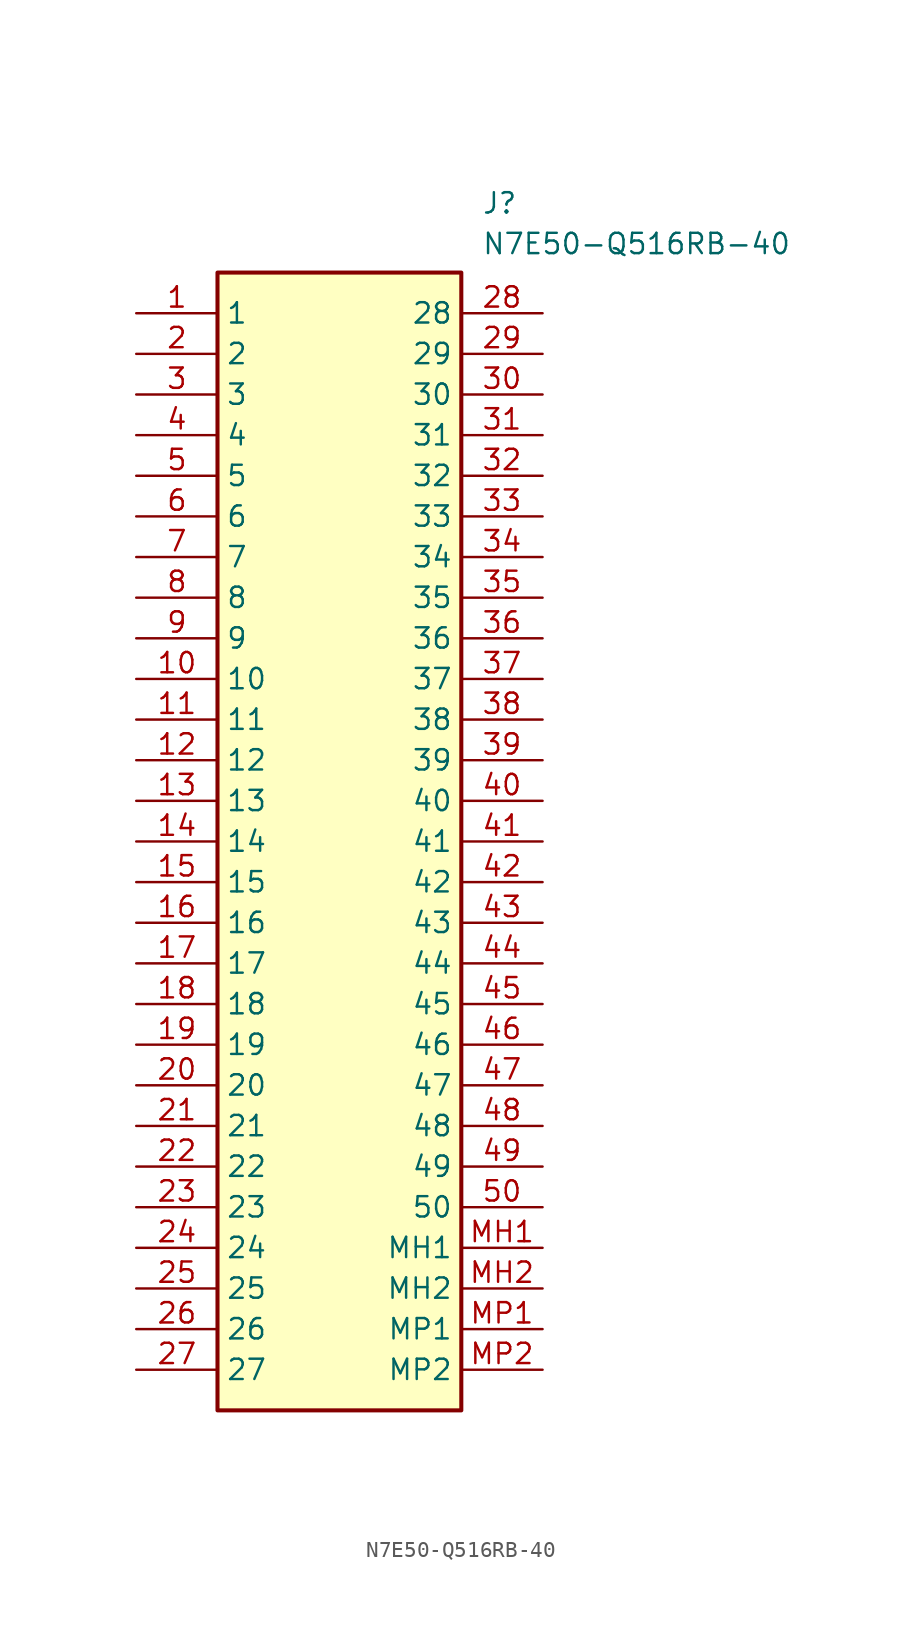
<source format=kicad_sym>
(kicad_symbol_lib
  (version 20211014)
  (generator SamacSys_ECAD_Model)
  (symbol "N7E50-Q516RB-40"
    (property "Reference" "J"
      (at 21.59 7.62 0)
      (effects (font (size 1.27 1.27)) (justify left top)))
    (property "Value" "N7E50-Q516RB-40"
      (at 21.59 5.08 0)
      (effects (font (size 1.27 1.27)) (justify left top)))
    (rectangle
      (start 5.08 2.54)
      (end 20.32 -68.58)
      (stroke (width 0.254) (type default))
      (fill (type background)))
    (pin passive line
      (at 0 0 0)
      (length 5.08)
      (name "1" (effects (font (size 1.27 1.27))))
      (number "1" (effects (font (size 1.27 1.27)))))
    (pin passive line
      (at 0 -2.54 0)
      (length 5.08)
      (name "2" (effects (font (size 1.27 1.27))))
      (number "2" (effects (font (size 1.27 1.27)))))
    (pin passive line
      (at 0 -5.08 0)
      (length 5.08)
      (name "3" (effects (font (size 1.27 1.27))))
      (number "3" (effects (font (size 1.27 1.27)))))
    (pin passive line
      (at 0 -7.62 0)
      (length 5.08)
      (name "4" (effects (font (size 1.27 1.27))))
      (number "4" (effects (font (size 1.27 1.27)))))
    (pin passive line
      (at 0 -10.16 0)
      (length 5.08)
      (name "5" (effects (font (size 1.27 1.27))))
      (number "5" (effects (font (size 1.27 1.27)))))
    (pin passive line
      (at 0 -12.7 0)
      (length 5.08)
      (name "6" (effects (font (size 1.27 1.27))))
      (number "6" (effects (font (size 1.27 1.27)))))
    (pin passive line
      (at 0 -15.24 0)
      (length 5.08)
      (name "7" (effects (font (size 1.27 1.27))))
      (number "7" (effects (font (size 1.27 1.27)))))
    (pin passive line
      (at 0 -17.78 0)
      (length 5.08)
      (name "8" (effects (font (size 1.27 1.27))))
      (number "8" (effects (font (size 1.27 1.27)))))
    (pin passive line
      (at 0 -20.32 0)
      (length 5.08)
      (name "9" (effects (font (size 1.27 1.27))))
      (number "9" (effects (font (size 1.27 1.27)))))
    (pin passive line
      (at 0 -22.86 0)
      (length 5.08)
      (name "10" (effects (font (size 1.27 1.27))))
      (number "10" (effects (font (size 1.27 1.27)))))
    (pin passive line
      (at 0 -25.4 0)
      (length 5.08)
      (name "11" (effects (font (size 1.27 1.27))))
      (number "11" (effects (font (size 1.27 1.27)))))
    (pin passive line
      (at 0 -27.94 0)
      (length 5.08)
      (name "12" (effects (font (size 1.27 1.27))))
      (number "12" (effects (font (size 1.27 1.27)))))
    (pin passive line
      (at 0 -30.48 0)
      (length 5.08)
      (name "13" (effects (font (size 1.27 1.27))))
      (number "13" (effects (font (size 1.27 1.27)))))
    (pin passive line
      (at 0 -33.02 0)
      (length 5.08)
      (name "14" (effects (font (size 1.27 1.27))))
      (number "14" (effects (font (size 1.27 1.27)))))
    (pin passive line
      (at 0 -35.56 0)
      (length 5.08)
      (name "15" (effects (font (size 1.27 1.27))))
      (number "15" (effects (font (size 1.27 1.27)))))
    (pin passive line
      (at 0 -38.1 0)
      (length 5.08)
      (name "16" (effects (font (size 1.27 1.27))))
      (number "16" (effects (font (size 1.27 1.27)))))
    (pin passive line
      (at 0 -40.64 0)
      (length 5.08)
      (name "17" (effects (font (size 1.27 1.27))))
      (number "17" (effects (font (size 1.27 1.27)))))
    (pin passive line
      (at 0 -43.18 0)
      (length 5.08)
      (name "18" (effects (font (size 1.27 1.27))))
      (number "18" (effects (font (size 1.27 1.27)))))
    (pin passive line
      (at 0 -45.72 0)
      (length 5.08)
      (name "19" (effects (font (size 1.27 1.27))))
      (number "19" (effects (font (size 1.27 1.27)))))
    (pin passive line
      (at 0 -48.26 0)
      (length 5.08)
      (name "20" (effects (font (size 1.27 1.27))))
      (number "20" (effects (font (size 1.27 1.27)))))
    (pin passive line
      (at 0 -50.8 0)
      (length 5.08)
      (name "21" (effects (font (size 1.27 1.27))))
      (number "21" (effects (font (size 1.27 1.27)))))
    (pin passive line
      (at 0 -53.34 0)
      (length 5.08)
      (name "22" (effects (font (size 1.27 1.27))))
      (number "22" (effects (font (size 1.27 1.27)))))
    (pin passive line
      (at 0 -55.88 0)
      (length 5.08)
      (name "23" (effects (font (size 1.27 1.27))))
      (number "23" (effects (font (size 1.27 1.27)))))
    (pin passive line
      (at 0 -58.42 0)
      (length 5.08)
      (name "24" (effects (font (size 1.27 1.27))))
      (number "24" (effects (font (size 1.27 1.27)))))
    (pin passive line
      (at 0 -60.96 0)
      (length 5.08)
      (name "25" (effects (font (size 1.27 1.27))))
      (number "25" (effects (font (size 1.27 1.27)))))
    (pin passive line
      (at 0 -63.5 0)
      (length 5.08)
      (name "26" (effects (font (size 1.27 1.27))))
      (number "26" (effects (font (size 1.27 1.27)))))
    (pin passive line
      (at 0 -66.04 0)
      (length 5.08)
      (name "27" (effects (font (size 1.27 1.27))))
      (number "27" (effects (font (size 1.27 1.27)))))
    (pin passive line
      (at 25.4 0 180)
      (length 5.08)
      (name "28" (effects (font (size 1.27 1.27))))
      (number "28" (effects (font (size 1.27 1.27)))))
    (pin passive line
      (at 25.4 -2.54 180)
      (length 5.08)
      (name "29" (effects (font (size 1.27 1.27))))
      (number "29" (effects (font (size 1.27 1.27)))))
    (pin passive line
      (at 25.4 -5.08 180)
      (length 5.08)
      (name "30" (effects (font (size 1.27 1.27))))
      (number "30" (effects (font (size 1.27 1.27)))))
    (pin passive line
      (at 25.4 -7.62 180)
      (length 5.08)
      (name "31" (effects (font (size 1.27 1.27))))
      (number "31" (effects (font (size 1.27 1.27)))))
    (pin passive line
      (at 25.4 -10.16 180)
      (length 5.08)
      (name "32" (effects (font (size 1.27 1.27))))
      (number "32" (effects (font (size 1.27 1.27)))))
    (pin passive line
      (at 25.4 -12.7 180)
      (length 5.08)
      (name "33" (effects (font (size 1.27 1.27))))
      (number "33" (effects (font (size 1.27 1.27)))))
    (pin passive line
      (at 25.4 -15.24 180)
      (length 5.08)
      (name "34" (effects (font (size 1.27 1.27))))
      (number "34" (effects (font (size 1.27 1.27)))))
    (pin passive line
      (at 25.4 -17.78 180)
      (length 5.08)
      (name "35" (effects (font (size 1.27 1.27))))
      (number "35" (effects (font (size 1.27 1.27)))))
    (pin passive line
      (at 25.4 -20.32 180)
      (length 5.08)
      (name "36" (effects (font (size 1.27 1.27))))
      (number "36" (effects (font (size 1.27 1.27)))))
    (pin passive line
      (at 25.4 -22.86 180)
      (length 5.08)
      (name "37" (effects (font (size 1.27 1.27))))
      (number "37" (effects (font (size 1.27 1.27)))))
    (pin passive line
      (at 25.4 -25.4 180)
      (length 5.08)
      (name "38" (effects (font (size 1.27 1.27))))
      (number "38" (effects (font (size 1.27 1.27)))))
    (pin passive line
      (at 25.4 -27.94 180)
      (length 5.08)
      (name "39" (effects (font (size 1.27 1.27))))
      (number "39" (effects (font (size 1.27 1.27)))))
    (pin passive line
      (at 25.4 -30.48 180)
      (length 5.08)
      (name "40" (effects (font (size 1.27 1.27))))
      (number "40" (effects (font (size 1.27 1.27)))))
    (pin passive line
      (at 25.4 -33.02 180)
      (length 5.08)
      (name "41" (effects (font (size 1.27 1.27))))
      (number "41" (effects (font (size 1.27 1.27)))))
    (pin passive line
      (at 25.4 -35.56 180)
      (length 5.08)
      (name "42" (effects (font (size 1.27 1.27))))
      (number "42" (effects (font (size 1.27 1.27)))))
    (pin passive line
      (at 25.4 -38.1 180)
      (length 5.08)
      (name "43" (effects (font (size 1.27 1.27))))
      (number "43" (effects (font (size 1.27 1.27)))))
    (pin passive line
      (at 25.4 -40.64 180)
      (length 5.08)
      (name "44" (effects (font (size 1.27 1.27))))
      (number "44" (effects (font (size 1.27 1.27)))))
    (pin passive line
      (at 25.4 -43.18 180)
      (length 5.08)
      (name "45" (effects (font (size 1.27 1.27))))
      (number "45" (effects (font (size 1.27 1.27)))))
    (pin passive line
      (at 25.4 -45.72 180)
      (length 5.08)
      (name "46" (effects (font (size 1.27 1.27))))
      (number "46" (effects (font (size 1.27 1.27)))))
    (pin passive line
      (at 25.4 -48.26 180)
      (length 5.08)
      (name "47" (effects (font (size 1.27 1.27))))
      (number "47" (effects (font (size 1.27 1.27)))))
    (pin passive line
      (at 25.4 -50.8 180)
      (length 5.08)
      (name "48" (effects (font (size 1.27 1.27))))
      (number "48" (effects (font (size 1.27 1.27)))))
    (pin passive line
      (at 25.4 -53.34 180)
      (length 5.08)
      (name "49" (effects (font (size 1.27 1.27))))
      (number "49" (effects (font (size 1.27 1.27)))))
    (pin passive line
      (at 25.4 -55.88 180)
      (length 5.08)
      (name "50" (effects (font (size 1.27 1.27))))
      (number "50" (effects (font (size 1.27 1.27)))))
    (pin passive line
      (at 25.4 -58.42 180)
      (length 5.08)
      (name "MH1" (effects (font (size 1.27 1.27))))
      (number "MH1" (effects (font (size 1.27 1.27)))))
    (pin passive line
      (at 25.4 -60.96 180)
      (length 5.08)
      (name "MH2" (effects (font (size 1.27 1.27))))
      (number "MH2" (effects (font (size 1.27 1.27)))))
    (pin passive line
      (at 25.4 -63.5 180)
      (length 5.08)
      (name "MP1" (effects (font (size 1.27 1.27))))
      (number "MP1" (effects (font (size 1.27 1.27)))))
    (pin passive line
      (at 25.4 -66.04 180)
      (length 5.08)
      (name "MP2" (effects (font (size 1.27 1.27))))
      (number "MP2" (effects (font (size 1.27 1.27)))))))
</source>
